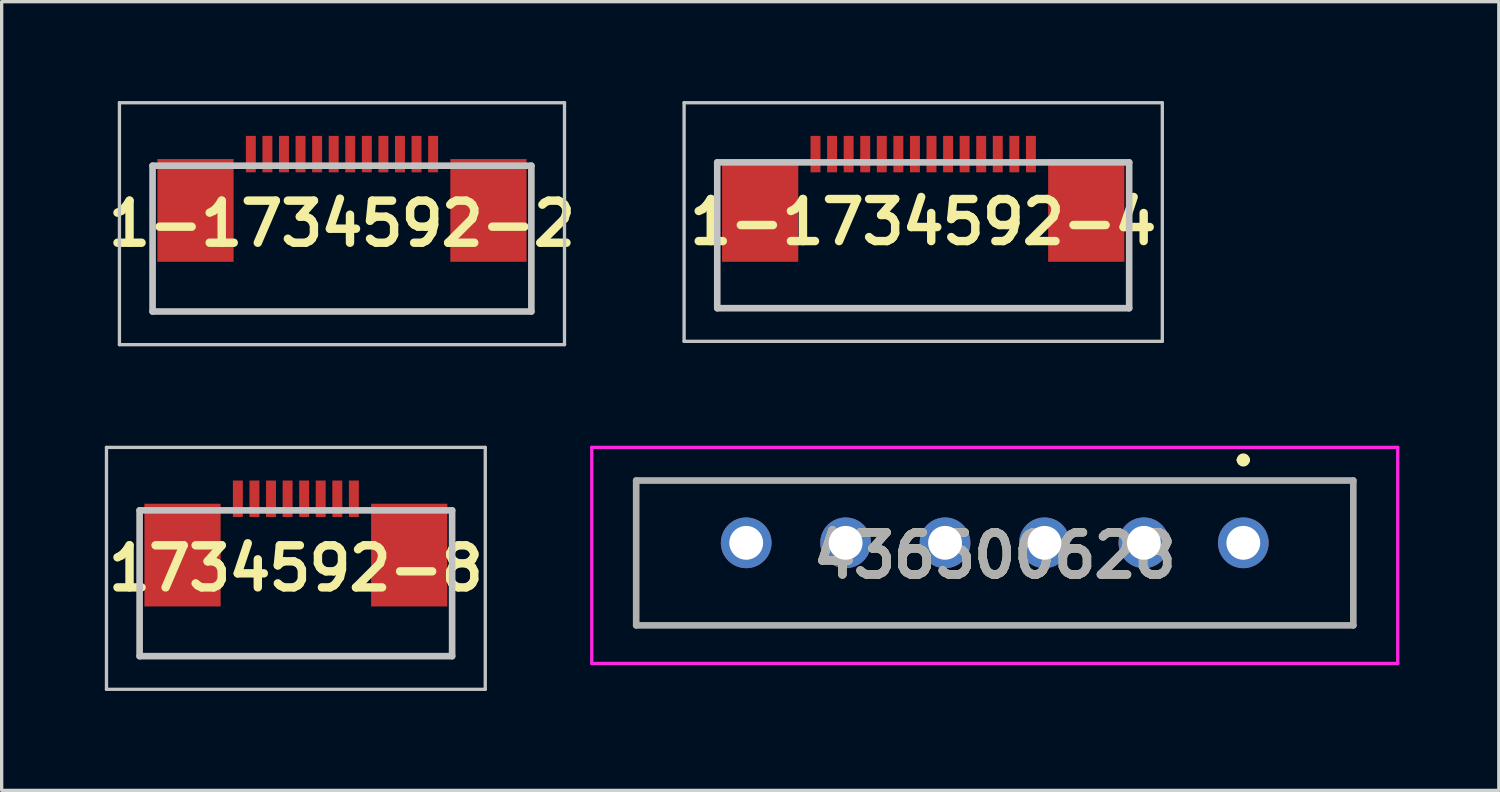
<source format=kicad_pcb>
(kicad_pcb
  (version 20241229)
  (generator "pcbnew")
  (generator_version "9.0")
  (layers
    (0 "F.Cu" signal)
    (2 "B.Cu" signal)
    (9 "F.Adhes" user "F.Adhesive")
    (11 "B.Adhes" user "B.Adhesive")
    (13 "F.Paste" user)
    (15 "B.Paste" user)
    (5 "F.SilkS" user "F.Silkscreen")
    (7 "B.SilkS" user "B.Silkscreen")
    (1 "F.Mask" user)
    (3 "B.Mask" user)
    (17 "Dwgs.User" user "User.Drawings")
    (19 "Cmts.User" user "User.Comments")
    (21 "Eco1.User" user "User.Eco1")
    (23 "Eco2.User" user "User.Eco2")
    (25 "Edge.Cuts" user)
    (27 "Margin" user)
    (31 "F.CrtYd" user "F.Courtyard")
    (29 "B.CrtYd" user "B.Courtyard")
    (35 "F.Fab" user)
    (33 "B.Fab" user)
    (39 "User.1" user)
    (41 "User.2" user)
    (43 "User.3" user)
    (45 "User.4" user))
  (footprint "1734592-8"
    (layer "F.Cu")
    (at 5.878 14.1)
    (property "Reference" "1734592-8" (at 0 0 0) (layer "F.SilkS") (effects (font (size 1.27 1.27) (thickness 0.254))))
    (attr smd)
    (fp_line (start -4.715 -1.75) (end -4.715 2.65) (stroke (width 0.1) (type solid)) (layer "F.SilkS"))
    (fp_line (start -4.715 2.65) (end 4.715 2.65) (stroke (width 0.1) (type solid)) (layer "F.SilkS"))
    (fp_line (start 4.715 2.65) (end 4.715 -1.75) (stroke (width 0.1) (type solid)) (layer "F.SilkS"))
    (fp_line (start -5.715 -3.65) (end 5.715 -3.65) (stroke (width 0.1) (type solid)) (layer "Dwgs.User"))
    (fp_line (start -5.715 3.65) (end -5.715 -3.65) (stroke (width 0.1) (type solid)) (layer "Dwgs.User"))
    (fp_line (start -4.715 -1.75) (end 4.715 -1.75) (stroke (width 0.2) (type solid)) (layer "Dwgs.User"))
    (fp_line (start -4.715 2.65) (end -4.715 -1.75) (stroke (width 0.2) (type solid)) (layer "Dwgs.User"))
    (fp_line (start 4.715 -1.75) (end 4.715 2.65) (stroke (width 0.2) (type solid)) (layer "Dwgs.User"))
    (fp_line (start 4.715 2.65) (end -4.715 2.65) (stroke (width 0.2) (type solid)) (layer "Dwgs.User"))
    (fp_line (start 5.715 -3.65) (end 5.715 3.65) (stroke (width 0.1) (type solid)) (layer "Dwgs.User"))
    (fp_line (start 5.715 3.65) (end -5.715 3.65) (stroke (width 0.1) (type solid)) (layer "Dwgs.User"))
    (pad "1" smd rect (at -1.75 -2.1) (size 0.3 1.1) (layers "F.Cu" "F.Paste"))
    (pad "2" smd rect (at -1.25 -2.1) (size 0.3 1.1) (layers "F.Cu" "F.Paste"))
    (pad "3" smd rect (at -0.75 -2.1) (size 0.3 1.1) (layers "F.Cu" "F.Paste"))
    (pad "4" smd rect (at -0.25 -2.1) (size 0.3 1.1) (layers "F.Cu" "F.Paste"))
    (pad "5" smd rect (at 0.25 -2.1) (size 0.3 1.1) (layers "F.Cu" "F.Paste"))
    (pad "6" smd rect (at 0.75 -2.1) (size 0.3 1.1) (layers "F.Cu" "F.Paste"))
    (pad "7" smd rect (at 1.25 -2.1) (size 0.3 1.1) (layers "F.Cu" "F.Paste"))
    (pad "8" smd rect (at 1.75 -2.1) (size 0.3 1.1) (layers "F.Cu" "F.Paste"))
    (pad "9" smd rect (at -3.42 -0.4) (size 2.3 3.1) (layers "F.Cu" "F.Paste"))
    (pad "10" smd rect (at 3.42 -0.4) (size 2.3 3.1) (layers "F.Cu" "F.Paste")))
  (footprint "436500628"
    (layer "F.Cu")
    (at 34.467 13.33)
    (property "Reference" "436500628" (at -7.5 0.38 0) (layer "F.SilkS") (effects (font (size 1.27 1.27) (thickness 0.254))))
    (attr through_hole)
    (fp_line (start -18.32 -1.88) (end 3.32 -1.88) (stroke (width 0.1) (type solid)) (layer "F.SilkS"))
    (fp_line (start -18.32 0.49) (end -18.32 -1.88) (stroke (width 0.1) (type solid)) (layer "F.SilkS"))
    (fp_line (start -16.5 2.49) (end 1.5 2.49) (stroke (width 0.1) (type solid)) (layer "F.SilkS"))
    (fp_line (start -0.1 -2.5) (end -0.1 -2.5) (stroke (width 0.2) (type solid)) (layer "F.SilkS"))
    (fp_line (start 0.1 -2.5) (end 0.1 -2.5) (stroke (width 0.2) (type solid)) (layer "F.SilkS"))
    (fp_line (start 3.32 -1.88) (end 3.32 0.49) (stroke (width 0.1) (type solid)) (layer "F.SilkS"))
    (fp_arc (start -0.1 -2.5) (mid 0 -2.6) (end 0.1 -2.5) (stroke (width 0.2) (type solid)) (layer "F.SilkS"))
    (fp_arc (start 0.1 -2.5) (mid 0 -2.4) (end -0.1 -2.5) (stroke (width 0.2) (type solid)) (layer "F.SilkS"))
    (fp_line (start -19.66 -2.88) (end 4.66 -2.88) (stroke (width 0.1) (type solid)) (layer "F.CrtYd"))
    (fp_line (start -19.66 3.64) (end -19.66 -2.88) (stroke (width 0.1) (type solid)) (layer "F.CrtYd"))
    (fp_line (start 4.66 -2.88) (end 4.66 3.64) (stroke (width 0.1) (type solid)) (layer "F.CrtYd"))
    (fp_line (start 4.66 3.64) (end -19.66 3.64) (stroke (width 0.1) (type solid)) (layer "F.CrtYd"))
    (fp_line (start -18.32 -1.88) (end 3.32 -1.88) (stroke (width 0.2) (type solid)) (layer "F.Fab"))
    (fp_line (start -18.32 2.49) (end -18.32 -1.88) (stroke (width 0.2) (type solid)) (layer "F.Fab"))
    (fp_line (start 3.32 -1.88) (end 3.32 2.49) (stroke (width 0.2) (type solid)) (layer "F.Fab"))
    (fp_line (start 3.32 2.49) (end -18.32 2.49) (stroke (width 0.2) (type solid)) (layer "F.Fab"))
    (fp_text user "${REFERENCE}" (at -7.5 0.38 0) (layer "F.Fab") (effects (font (size 1.27 1.27) (thickness 0.254))))
    (pad "" np_thru_hole circle (at -18 1.96) (size 0.001 0.001) (drill 1.32) (layers "*.Cu" "*.Mask"))
    (pad "" np_thru_hole circle (at 3 1.96) (size 0.001 0.001) (drill 1.32) (layers "*.Cu" "*.Mask"))
    (pad "1" thru_hole circle (at 0 0) (size 1.53 1.53) (drill 1.02) (layers "*.Cu" "*.Mask"))
    (pad "2" thru_hole circle (at -3 0) (size 1.53 1.53) (drill 1.02) (layers "*.Cu" "*.Mask"))
    (pad "3" thru_hole circle (at -6 0) (size 1.53 1.53) (drill 1.02) (layers "*.Cu" "*.Mask"))
    (pad "4" thru_hole circle (at -9 0) (size 1.53 1.53) (drill 1.02) (layers "*.Cu" "*.Mask"))
    (pad "5" thru_hole circle (at -12 0) (size 1.53 1.53) (drill 1.02) (layers "*.Cu" "*.Mask"))
    (pad "6" thru_hole circle (at -15 0) (size 1.53 1.53) (drill 1.02) (layers "*.Cu" "*.Mask")))
  (footprint "1-1734592-4"
    (layer "F.Cu")
    (at 24.808 3.925)
    (property "Reference" "1-1734592-4" (at 0 -0.275 0) (layer "F.SilkS") (effects (font (size 1.27 1.27) (thickness 0.254))))
    (attr smd)
    (fp_line (start -6.215 1.065) (end -6.215 2.325) (stroke (width 0.1) (type solid)) (layer "F.SilkS"))
    (fp_line (start -6.215 2.325) (end 6.215 2.325) (stroke (width 0.1) (type solid)) (layer "F.SilkS"))
    (fp_line (start 6.215 2.325) (end 6.215 1.065) (stroke (width 0.1) (type solid)) (layer "F.SilkS"))
    (fp_line (start -7.215 -3.875) (end 7.215 -3.875) (stroke (width 0.1) (type solid)) (layer "Dwgs.User"))
    (fp_line (start -7.215 3.325) (end -7.215 -3.875) (stroke (width 0.1) (type solid)) (layer "Dwgs.User"))
    (fp_line (start -6.215 -2.075) (end 6.215 -2.075) (stroke (width 0.2) (type solid)) (layer "Dwgs.User"))
    (fp_line (start -6.215 2.325) (end -6.215 -2.075) (stroke (width 0.2) (type solid)) (layer "Dwgs.User"))
    (fp_line (start 6.215 -2.075) (end 6.215 2.325) (stroke (width 0.2) (type solid)) (layer "Dwgs.User"))
    (fp_line (start 6.215 2.325) (end -6.215 2.325) (stroke (width 0.2) (type solid)) (layer "Dwgs.User"))
    (fp_line (start 7.215 -3.875) (end 7.215 3.325) (stroke (width 0.1) (type solid)) (layer "Dwgs.User"))
    (fp_line (start 7.215 3.325) (end -7.215 3.325) (stroke (width 0.1) (type solid)) (layer "Dwgs.User"))
    (pad "1" smd rect (at -3.25 -2.325) (size 0.3 1.1) (layers "F.Cu" "F.Paste"))
    (pad "2" smd rect (at -2.75 -2.325) (size 0.3 1.1) (layers "F.Cu" "F.Paste"))
    (pad "3" smd rect (at -2.25 -2.325) (size 0.3 1.1) (layers "F.Cu" "F.Paste"))
    (pad "4" smd rect (at -1.75 -2.325) (size 0.3 1.1) (layers "F.Cu" "F.Paste"))
    (pad "5" smd rect (at -1.25 -2.325) (size 0.3 1.1) (layers "F.Cu" "F.Paste"))
    (pad "6" smd rect (at -0.75 -2.325) (size 0.3 1.1) (layers "F.Cu" "F.Paste"))
    (pad "7" smd rect (at -0.25 -2.325) (size 0.3 1.1) (layers "F.Cu" "F.Paste"))
    (pad "8" smd rect (at 0.25 -2.325) (size 0.3 1.1) (layers "F.Cu" "F.Paste"))
    (pad "9" smd rect (at 0.75 -2.325) (size 0.3 1.1) (layers "F.Cu" "F.Paste"))
    (pad "10" smd rect (at 1.25 -2.325) (size 0.3 1.1) (layers "F.Cu" "F.Paste"))
    (pad "11" smd rect (at 1.75 -2.325) (size 0.3 1.1) (layers "F.Cu" "F.Paste"))
    (pad "12" smd rect (at 2.25 -2.325) (size 0.3 1.1) (layers "F.Cu" "F.Paste"))
    (pad "13" smd rect (at 2.75 -2.325) (size 0.3 1.1) (layers "F.Cu" "F.Paste"))
    (pad "14" smd rect (at 3.25 -2.325) (size 0.3 1.1) (layers "F.Cu" "F.Paste"))
    (pad "15" smd rect (at -4.92 -0.625) (size 2.3 3.1) (layers "F.Cu" "F.Paste"))
    (pad "16" smd rect (at 4.92 -0.625) (size 2.3 3.1) (layers "F.Cu" "F.Paste")))
  (footprint "1-1734592-2"
    (layer "F.Cu")
    (at 7.269 3.975)
    (property "Reference" "1-1734592-2" (at 0 -0.275 0) (layer "F.SilkS") (effects (font (size 1.27 1.27) (thickness 0.254))))
    (attr smd)
    (fp_line (start -5.715 1.475) (end -5.715 2.375) (stroke (width 0.1) (type solid)) (layer "F.SilkS"))
    (fp_line (start -5.715 2.375) (end 5.715 2.375) (stroke (width 0.1) (type solid)) (layer "F.SilkS"))
    (fp_line (start 5.715 2.375) (end 5.715 1.475) (stroke (width 0.1) (type solid)) (layer "F.SilkS"))
    (fp_line (start -6.715 -3.925) (end 6.715 -3.925) (stroke (width 0.1) (type solid)) (layer "Dwgs.User"))
    (fp_line (start -6.715 3.375) (end -6.715 -3.925) (stroke (width 0.1) (type solid)) (layer "Dwgs.User"))
    (fp_line (start -5.715 -2.025) (end 5.715 -2.025) (stroke (width 0.2) (type solid)) (layer "Dwgs.User"))
    (fp_line (start -5.715 2.375) (end -5.715 -2.025) (stroke (width 0.2) (type solid)) (layer "Dwgs.User"))
    (fp_line (start 5.715 -2.025) (end 5.715 2.375) (stroke (width 0.2) (type solid)) (layer "Dwgs.User"))
    (fp_line (start 5.715 2.375) (end -5.715 2.375) (stroke (width 0.2) (type solid)) (layer "Dwgs.User"))
    (fp_line (start 6.715 -3.925) (end 6.715 3.375) (stroke (width 0.1) (type solid)) (layer "Dwgs.User"))
    (fp_line (start 6.715 3.375) (end -6.715 3.375) (stroke (width 0.1) (type solid)) (layer "Dwgs.User"))
    (pad "1" smd rect (at -2.75 -2.375) (size 0.3 1.1) (layers "F.Cu" "F.Paste"))
    (pad "2" smd rect (at -2.25 -2.375) (size 0.3 1.1) (layers "F.Cu" "F.Paste"))
    (pad "3" smd rect (at -1.75 -2.375) (size 0.3 1.1) (layers "F.Cu" "F.Paste"))
    (pad "4" smd rect (at -1.25 -2.375) (size 0.3 1.1) (layers "F.Cu" "F.Paste"))
    (pad "5" smd rect (at -0.75 -2.375) (size 0.3 1.1) (layers "F.Cu" "F.Paste"))
    (pad "6" smd rect (at -0.25 -2.375) (size 0.3 1.1) (layers "F.Cu" "F.Paste"))
    (pad "7" smd rect (at 0.25 -2.375) (size 0.3 1.1) (layers "F.Cu" "F.Paste"))
    (pad "8" smd rect (at 0.75 -2.375) (size 0.3 1.1) (layers "F.Cu" "F.Paste"))
    (pad "9" smd rect (at 1.25 -2.375) (size 0.3 1.1) (layers "F.Cu" "F.Paste"))
    (pad "10" smd rect (at 1.75 -2.375) (size 0.3 1.1) (layers "F.Cu" "F.Paste"))
    (pad "11" smd rect (at 2.25 -2.375) (size 0.3 1.1) (layers "F.Cu" "F.Paste"))
    (pad "12" smd rect (at 2.75 -2.375) (size 0.3 1.1) (layers "F.Cu" "F.Paste"))
    (pad "MP1" smd rect (at -4.42 -0.675) (size 2.3 3.1) (layers "F.Cu" "F.Paste"))
    (pad "MP2" smd rect (at 4.42 -0.675) (size 2.3 3.1) (layers "F.Cu" "F.Paste")))
  (gr_rect
    (start -3 -3)
    (end 42.177 20.8)
    (stroke (width 0.1) (type default))
    (fill no)
    (layer "Edge.Cuts")))
</source>
